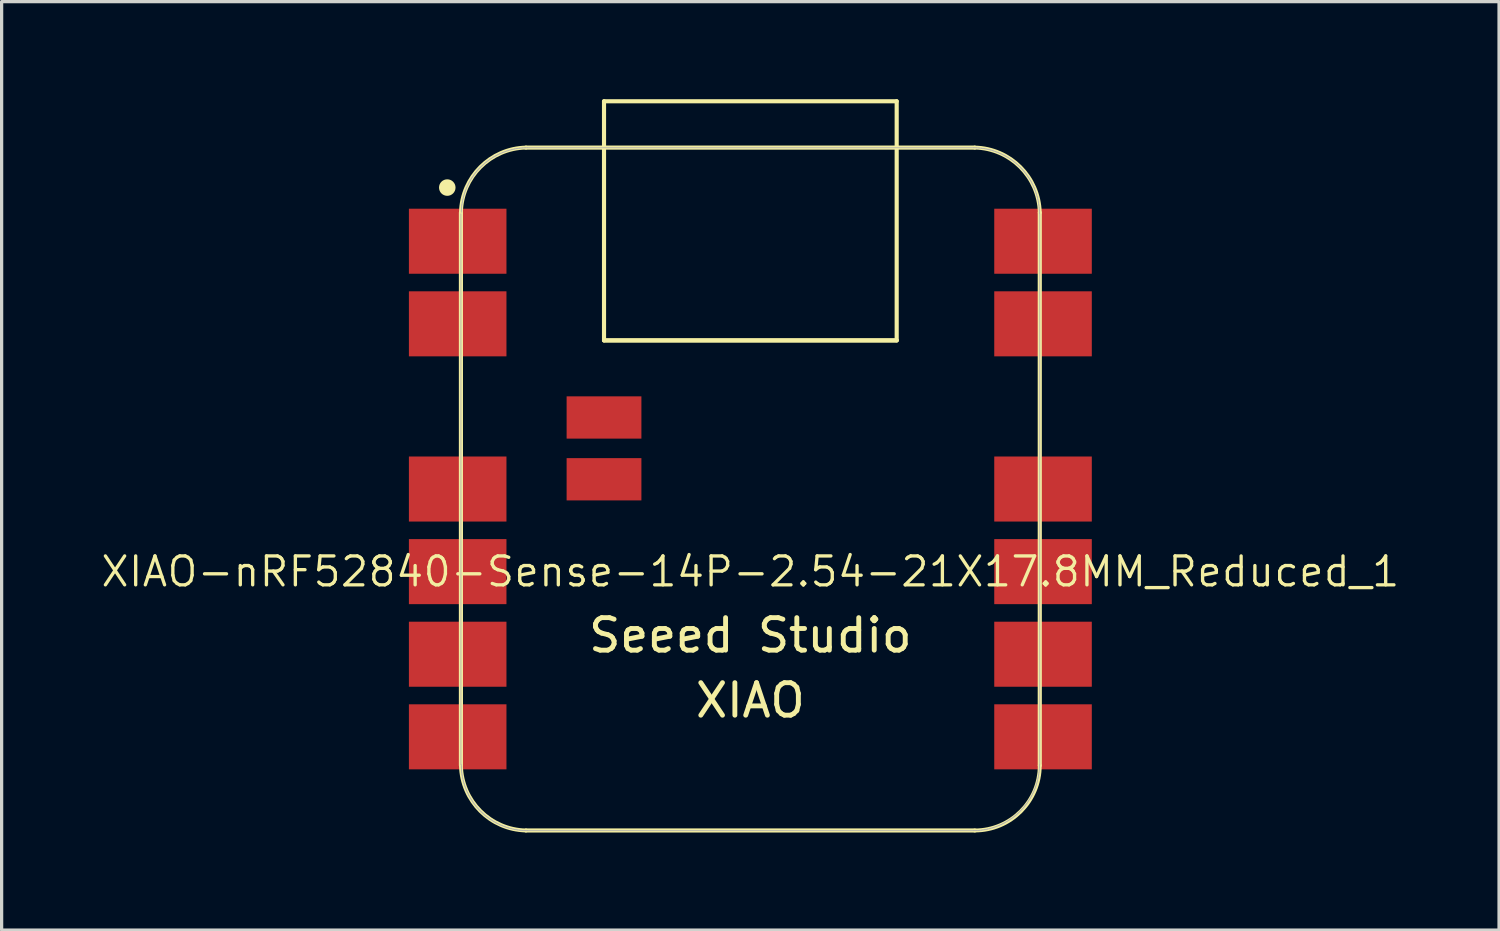
<source format=kicad_pcb>
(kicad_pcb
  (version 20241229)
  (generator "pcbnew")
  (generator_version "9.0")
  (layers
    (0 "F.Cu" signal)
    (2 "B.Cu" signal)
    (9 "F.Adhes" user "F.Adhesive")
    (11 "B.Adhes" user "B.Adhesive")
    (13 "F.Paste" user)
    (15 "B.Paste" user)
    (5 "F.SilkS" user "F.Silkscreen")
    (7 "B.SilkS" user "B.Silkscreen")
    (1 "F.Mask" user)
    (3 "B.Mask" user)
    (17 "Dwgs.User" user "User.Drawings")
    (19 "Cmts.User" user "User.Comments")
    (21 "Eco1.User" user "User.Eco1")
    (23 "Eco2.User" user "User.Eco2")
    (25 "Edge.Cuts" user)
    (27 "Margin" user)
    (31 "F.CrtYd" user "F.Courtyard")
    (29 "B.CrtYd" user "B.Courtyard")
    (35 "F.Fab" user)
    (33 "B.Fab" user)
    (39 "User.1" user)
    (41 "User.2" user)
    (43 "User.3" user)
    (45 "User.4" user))
  (footprint "XIAO-nRF52840-Sense-14P-2.54-21X17.8MM_Reduced_1"
    (layer "F.Cu")
    (at 20.024 11.988)
    (property "Reference" "XIAO-nRF52840-Sense-14P-2.54-21X17.8MM_Reduced_1" (at 0 2.54 0) (layer "F.SilkS") (effects (font (size 0.889 0.889) (thickness 0.102))))
    (attr smd)
    (fp_line (start -8.9 -8.5) (end -8.9 8.5) (stroke (width 0.127) (type solid)) (layer "F.SilkS"))
    (fp_line (start -6.9 10.5) (end 6.9 10.5) (stroke (width 0.127) (type solid)) (layer "F.SilkS"))
    (fp_line (start -4.5 -11.924) (end 4.5 -11.924) (stroke (width 0.127) (type solid)) (layer "F.SilkS"))
    (fp_line (start -4.5 -4.571) (end -4.5 -11.924) (stroke (width 0.127) (type solid)) (layer "F.SilkS"))
    (fp_line (start 4.5 -11.924) (end 4.5 -4.571) (stroke (width 0.127) (type solid)) (layer "F.SilkS"))
    (fp_line (start 4.5 -4.571) (end -4.5 -4.571) (stroke (width 0.127) (type solid)) (layer "F.SilkS"))
    (fp_line (start 4.5 -4.571) (end -4.5 -4.571) (stroke (width 0.127) (type solid)) (layer "F.SilkS"))
    (fp_line (start 6.9 -10.499) (end -6.9 -10.499) (stroke (width 0.127) (type solid)) (layer "F.SilkS"))
    (fp_line (start 8.9 8.5) (end 8.9 -8.5) (stroke (width 0.127) (type solid)) (layer "F.SilkS"))
    (fp_arc (start -8.9 -8.5) (mid -8.301491 -9.901491) (end -6.9 -10.5) (stroke (width 0.12) (type solid)) (layer "F.SilkS"))
    (fp_arc (start -6.9 10.5) (mid -8.301423 9.901423) (end -8.9 8.5) (stroke (width 0.12) (type solid)) (layer "F.SilkS"))
    (fp_arc (start 6.9 -10.5) (mid 8.301491 -9.901491) (end 8.9 -8.5) (stroke (width 0.12) (type solid)) (layer "F.SilkS"))
    (fp_arc (start 8.9 8.5) (mid 8.314214 9.914214) (end 6.9 10.5) (stroke (width 0.12) (type solid)) (layer "F.SilkS"))
    (fp_circle (center -9.32 -9.27) (end -9.32 -9.524) (stroke (width 0) (type solid)) (fill yes) (layer "F.SilkS"))
    (fp_poly (pts (xy -8.888 -8.562) (xy -8.885 -8.61) (xy -8.881 -8.659)) (stroke (width 0.025) (type solid)) (fill no) (layer "F.SilkS"))
    (fp_poly (pts (xy 8.889 8.522) (xy 8.888 8.571) (xy 8.885 8.62) (xy 8.881 8.669) (xy 8.875 8.717) (xy 8.869 8.766) (xy 8.861 8.815) (xy 8.852 8.863) (xy 8.842 8.911)) (stroke (width 0.025) (type solid)) (fill no) (layer "F.SilkS"))
    (fp_line (start -8.9 -8.463) (end -8.9 8.473) (stroke (width 0.025) (type solid)) (layer "F.Fab"))
    (fp_line (start -8.89 8.473) (end -8.889 8.522) (stroke (width 0.025) (type solid)) (layer "F.Fab"))
    (fp_line (start -8.889 8.522) (end -8.888 8.571) (stroke (width 0.025) (type solid)) (layer "F.Fab"))
    (fp_line (start -8.888 -8.562) (end -8.889 -8.512) (stroke (width 0.025) (type solid)) (layer "F.Fab"))
    (fp_line (start -8.888 8.571) (end -8.885 8.62) (stroke (width 0.025) (type solid)) (layer "F.Fab"))
    (fp_line (start -8.885 -8.61) (end -8.888 -8.562) (stroke (width 0.025) (type solid)) (layer "F.Fab"))
    (fp_line (start -8.885 8.62) (end -8.881 8.669) (stroke (width 0.025) (type solid)) (layer "F.Fab"))
    (fp_line (start -8.881 -8.659) (end -8.885 -8.61) (stroke (width 0.025) (type solid)) (layer "F.Fab"))
    (fp_line (start -8.881 8.669) (end -8.875 8.717) (stroke (width 0.025) (type solid)) (layer "F.Fab"))
    (fp_line (start -8.875 -8.708) (end -8.881 -8.659) (stroke (width 0.025) (type solid)) (layer "F.Fab"))
    (fp_line (start -8.875 8.717) (end -8.869 8.766) (stroke (width 0.025) (type solid)) (layer "F.Fab"))
    (fp_line (start -8.869 -8.757) (end -8.875 -8.708) (stroke (width 0.025) (type solid)) (layer "F.Fab"))
    (fp_line (start -8.869 8.766) (end -8.861 8.815) (stroke (width 0.025) (type solid)) (layer "F.Fab"))
    (fp_line (start -8.861 -8.806) (end -8.869 -8.757) (stroke (width 0.025) (type solid)) (layer "F.Fab"))
    (fp_line (start -8.861 8.815) (end -8.852 8.863) (stroke (width 0.025) (type solid)) (layer "F.Fab"))
    (fp_line (start -8.852 -8.854) (end -8.861 -8.806) (stroke (width 0.025) (type solid)) (layer "F.Fab"))
    (fp_line (start -8.852 8.863) (end -8.842 8.911) (stroke (width 0.025) (type solid)) (layer "F.Fab"))
    (fp_line (start -8.842 -8.902) (end -8.852 -8.854) (stroke (width 0.025) (type solid)) (layer "F.Fab"))
    (fp_line (start -8.842 8.911) (end -8.831 8.959) (stroke (width 0.025) (type solid)) (layer "F.Fab"))
    (fp_line (start -8.831 -8.95) (end -8.842 -8.902) (stroke (width 0.025) (type solid)) (layer "F.Fab"))
    (fp_line (start -8.831 8.959) (end -8.819 9.006) (stroke (width 0.025) (type solid)) (layer "F.Fab"))
    (fp_line (start -8.819 -8.997) (end -8.831 -8.95) (stroke (width 0.025) (type solid)) (layer "F.Fab"))
    (fp_line (start -8.819 9.006) (end -8.805 9.054) (stroke (width 0.025) (type solid)) (layer "F.Fab"))
    (fp_line (start -8.805 -9.045) (end -8.819 -8.997) (stroke (width 0.025) (type solid)) (layer "F.Fab"))
    (fp_line (start -8.805 9.054) (end -8.79 9.1) (stroke (width 0.025) (type solid)) (layer "F.Fab"))
    (fp_line (start -8.79 -9.091) (end -8.805 -9.045) (stroke (width 0.025) (type solid)) (layer "F.Fab"))
    (fp_line (start -8.79 9.1) (end -8.775 9.147) (stroke (width 0.025) (type solid)) (layer "F.Fab"))
    (fp_line (start -8.775 -9.138) (end -8.79 -9.091) (stroke (width 0.025) (type solid)) (layer "F.Fab"))
    (fp_line (start -8.775 9.147) (end -8.758 9.193) (stroke (width 0.025) (type solid)) (layer "F.Fab"))
    (fp_line (start -8.758 -9.184) (end -8.775 -9.138) (stroke (width 0.025) (type solid)) (layer "F.Fab"))
    (fp_line (start -8.758 9.193) (end -8.74 9.239) (stroke (width 0.025) (type solid)) (layer "F.Fab"))
    (fp_line (start -8.74 -9.23) (end -8.758 -9.184) (stroke (width 0.025) (type solid)) (layer "F.Fab"))
    (fp_line (start -8.74 9.239) (end -8.721 9.284) (stroke (width 0.025) (type solid)) (layer "F.Fab"))
    (fp_line (start -8.721 -9.275) (end -8.74 -9.23) (stroke (width 0.025) (type solid)) (layer "F.Fab"))
    (fp_line (start -8.721 9.284) (end -8.701 9.329) (stroke (width 0.025) (type solid)) (layer "F.Fab"))
    (fp_line (start -8.701 -9.32) (end -8.721 -9.275) (stroke (width 0.025) (type solid)) (layer "F.Fab"))
    (fp_line (start -8.701 9.329) (end -8.679 9.373) (stroke (width 0.025) (type solid)) (layer "F.Fab"))
    (fp_line (start -8.679 -9.364) (end -8.701 -9.32) (stroke (width 0.025) (type solid)) (layer "F.Fab"))
    (fp_line (start -8.679 9.373) (end -8.657 9.417) (stroke (width 0.025) (type solid)) (layer "F.Fab"))
    (fp_line (start -8.657 -9.408) (end -8.679 -9.364) (stroke (width 0.025) (type solid)) (layer "F.Fab"))
    (fp_line (start -8.657 9.417) (end -8.634 9.46) (stroke (width 0.025) (type solid)) (layer "F.Fab"))
    (fp_line (start -8.634 -9.451) (end -8.657 -9.408) (stroke (width 0.025) (type solid)) (layer "F.Fab"))
    (fp_line (start -8.634 9.46) (end -8.61 9.503) (stroke (width 0.025) (type solid)) (layer "F.Fab"))
    (fp_line (start -8.61 -9.494) (end -8.634 -9.451) (stroke (width 0.025) (type solid)) (layer "F.Fab"))
    (fp_line (start -8.61 9.503) (end -8.584 9.545) (stroke (width 0.025) (type solid)) (layer "F.Fab"))
    (fp_line (start -8.584 -9.536) (end -8.61 -9.494) (stroke (width 0.025) (type solid)) (layer "F.Fab"))
    (fp_line (start -8.584 9.545) (end -8.558 9.586) (stroke (width 0.025) (type solid)) (layer "F.Fab"))
    (fp_line (start -8.558 -9.577) (end -8.584 -9.536) (stroke (width 0.025) (type solid)) (layer "F.Fab"))
    (fp_line (start -8.558 9.586) (end -8.53 9.627) (stroke (width 0.025) (type solid)) (layer "F.Fab"))
    (fp_line (start -8.53 -9.618) (end -8.558 -9.577) (stroke (width 0.025) (type solid)) (layer "F.Fab"))
    (fp_line (start -8.53 9.627) (end -8.502 9.667) (stroke (width 0.025) (type solid)) (layer "F.Fab"))
    (fp_line (start -8.502 -9.658) (end -8.53 -9.618) (stroke (width 0.025) (type solid)) (layer "F.Fab"))
    (fp_line (start -8.502 9.667) (end -8.473 9.706) (stroke (width 0.025) (type solid)) (layer "F.Fab"))
    (fp_line (start -8.473 -9.697) (end -8.502 -9.658) (stroke (width 0.025) (type solid)) (layer "F.Fab"))
    (fp_line (start -8.473 9.706) (end -8.442 9.745) (stroke (width 0.025) (type solid)) (layer "F.Fab"))
    (fp_line (start -8.442 -9.736) (end -8.473 -9.697) (stroke (width 0.025) (type solid)) (layer "F.Fab"))
    (fp_line (start -8.442 9.745) (end -8.411 9.783) (stroke (width 0.025) (type solid)) (layer "F.Fab"))
    (fp_line (start -8.411 -9.774) (end -8.442 -9.736) (stroke (width 0.025) (type solid)) (layer "F.Fab"))
    (fp_line (start -8.411 9.783) (end -8.379 9.82) (stroke (width 0.025) (type solid)) (layer "F.Fab"))
    (fp_line (start -8.379 -9.811) (end -8.411 -9.774) (stroke (width 0.025) (type solid)) (layer "F.Fab"))
    (fp_line (start -8.379 9.82) (end -8.346 9.856) (stroke (width 0.025) (type solid)) (layer "F.Fab"))
    (fp_line (start -8.346 -9.847) (end -8.379 -9.811) (stroke (width 0.025) (type solid)) (layer "F.Fab"))
    (fp_line (start -8.346 9.856) (end -8.312 9.892) (stroke (width 0.025) (type solid)) (layer "F.Fab"))
    (fp_line (start -8.312 -9.883) (end -8.346 -9.847) (stroke (width 0.025) (type solid)) (layer "F.Fab"))
    (fp_line (start -8.312 9.892) (end -8.277 9.927) (stroke (width 0.025) (type solid)) (layer "F.Fab"))
    (fp_line (start -8.277 -9.918) (end -8.312 -9.883) (stroke (width 0.025) (type solid)) (layer "F.Fab"))
    (fp_line (start -8.277 9.927) (end -8.242 9.96) (stroke (width 0.025) (type solid)) (layer "F.Fab"))
    (fp_line (start -8.242 -9.951) (end -8.277 -9.918) (stroke (width 0.025) (type solid)) (layer "F.Fab"))
    (fp_line (start -8.242 9.96) (end -8.205 9.994) (stroke (width 0.025) (type solid)) (layer "F.Fab"))
    (fp_line (start -8.205 -9.984) (end -8.242 -9.951) (stroke (width 0.025) (type solid)) (layer "F.Fab"))
    (fp_line (start -8.205 9.994) (end -8.168 10.026) (stroke (width 0.025) (type solid)) (layer "F.Fab"))
    (fp_line (start -8.168 -10.017) (end -8.205 -9.984) (stroke (width 0.025) (type solid)) (layer "F.Fab"))
    (fp_line (start -8.168 10.026) (end -8.13 10.057) (stroke (width 0.025) (type solid)) (layer "F.Fab"))
    (fp_line (start -8.13 -10.048) (end -8.168 -10.017) (stroke (width 0.025) (type solid)) (layer "F.Fab"))
    (fp_line (start -8.13 10.057) (end -8.092 10.087) (stroke (width 0.025) (type solid)) (layer "F.Fab"))
    (fp_line (start -8.092 -10.078) (end -8.13 -10.048) (stroke (width 0.025) (type solid)) (layer "F.Fab"))
    (fp_line (start -8.092 10.087) (end -8.052 10.116) (stroke (width 0.025) (type solid)) (layer "F.Fab"))
    (fp_line (start -8.052 -10.107) (end -8.092 -10.078) (stroke (width 0.025) (type solid)) (layer "F.Fab"))
    (fp_line (start -8.052 10.116) (end -8.012 10.145) (stroke (width 0.025) (type solid)) (layer "F.Fab"))
    (fp_line (start -8.012 -10.136) (end -8.052 -10.107) (stroke (width 0.025) (type solid)) (layer "F.Fab"))
    (fp_line (start -8.012 10.145) (end -7.972 10.172) (stroke (width 0.025) (type solid)) (layer "F.Fab"))
    (fp_line (start -7.972 -10.163) (end -8.012 -10.136) (stroke (width 0.025) (type solid)) (layer "F.Fab"))
    (fp_line (start -7.972 10.172) (end -7.93 10.199) (stroke (width 0.025) (type solid)) (layer "F.Fab"))
    (fp_line (start -7.93 -10.19) (end -7.972 -10.163) (stroke (width 0.025) (type solid)) (layer "F.Fab"))
    (fp_line (start -7.93 10.199) (end -7.888 10.224) (stroke (width 0.025) (type solid)) (layer "F.Fab"))
    (fp_line (start -7.888 -10.215) (end -7.93 -10.19) (stroke (width 0.025) (type solid)) (layer "F.Fab"))
    (fp_line (start -7.888 10.224) (end -7.846 10.249) (stroke (width 0.025) (type solid)) (layer "F.Fab"))
    (fp_line (start -7.846 -10.239) (end -7.888 -10.215) (stroke (width 0.025) (type solid)) (layer "F.Fab"))
    (fp_line (start -7.846 10.249) (end -7.802 10.272) (stroke (width 0.025) (type solid)) (layer "F.Fab"))
    (fp_line (start -7.802 -10.263) (end -7.846 -10.239) (stroke (width 0.025) (type solid)) (layer "F.Fab"))
    (fp_line (start -7.802 10.272) (end -7.759 10.294) (stroke (width 0.025) (type solid)) (layer "F.Fab"))
    (fp_line (start -7.759 -10.285) (end -7.802 -10.263) (stroke (width 0.025) (type solid)) (layer "F.Fab"))
    (fp_line (start -7.759 10.294) (end -7.714 10.315) (stroke (width 0.025) (type solid)) (layer "F.Fab"))
    (fp_line (start -7.714 -10.306) (end -7.759 -10.285) (stroke (width 0.025) (type solid)) (layer "F.Fab"))
    (fp_line (start -7.714 10.315) (end -7.67 10.335) (stroke (width 0.025) (type solid)) (layer "F.Fab"))
    (fp_line (start -7.67 -10.326) (end -7.714 -10.306) (stroke (width 0.025) (type solid)) (layer "F.Fab"))
    (fp_line (start -7.67 10.335) (end -7.624 10.354) (stroke (width 0.025) (type solid)) (layer "F.Fab"))
    (fp_line (start -7.624 -10.345) (end -7.67 -10.326) (stroke (width 0.025) (type solid)) (layer "F.Fab"))
    (fp_line (start -7.624 10.354) (end -7.579 10.372) (stroke (width 0.025) (type solid)) (layer "F.Fab"))
    (fp_line (start -7.579 -10.363) (end -7.624 -10.345) (stroke (width 0.025) (type solid)) (layer "F.Fab"))
    (fp_line (start -7.579 10.372) (end -7.532 10.389) (stroke (width 0.025) (type solid)) (layer "F.Fab"))
    (fp_line (start -7.532 -10.38) (end -7.579 -10.363) (stroke (width 0.025) (type solid)) (layer "F.Fab"))
    (fp_line (start -7.532 10.389) (end -7.486 10.405) (stroke (width 0.025) (type solid)) (layer "F.Fab"))
    (fp_line (start -7.486 -10.396) (end -7.532 -10.38) (stroke (width 0.025) (type solid)) (layer "F.Fab"))
    (fp_line (start -7.486 10.405) (end -7.439 10.42) (stroke (width 0.025) (type solid)) (layer "F.Fab"))
    (fp_line (start -7.439 -10.411) (end -7.486 -10.396) (stroke (width 0.025) (type solid)) (layer "F.Fab"))
    (fp_line (start -7.439 10.42) (end -7.392 10.433) (stroke (width 0.025) (type solid)) (layer "F.Fab"))
    (fp_line (start -7.392 -10.424) (end -7.439 -10.411) (stroke (width 0.025) (type solid)) (layer "F.Fab"))
    (fp_line (start -7.392 10.433) (end -7.344 10.446) (stroke (width 0.025) (type solid)) (layer "F.Fab"))
    (fp_line (start -7.344 -10.436) (end -7.392 -10.424) (stroke (width 0.025) (type solid)) (layer "F.Fab"))
    (fp_line (start -7.344 10.446) (end -7.296 10.457) (stroke (width 0.025) (type solid)) (layer "F.Fab"))
    (fp_line (start -7.296 -10.448) (end -7.344 -10.436) (stroke (width 0.025) (type solid)) (layer "F.Fab"))
    (fp_line (start -7.296 10.457) (end -7.248 10.467) (stroke (width 0.025) (type solid)) (layer "F.Fab"))
    (fp_line (start -7.248 -10.458) (end -7.296 -10.448) (stroke (width 0.025) (type solid)) (layer "F.Fab"))
    (fp_line (start -7.248 10.467) (end -7.2 10.476) (stroke (width 0.025) (type solid)) (layer "F.Fab"))
    (fp_line (start -7.2 -10.466) (end -7.248 -10.458) (stroke (width 0.025) (type solid)) (layer "F.Fab"))
    (fp_line (start -7.2 10.476) (end -7.152 10.483) (stroke (width 0.025) (type solid)) (layer "F.Fab"))
    (fp_line (start -7.152 -10.474) (end -7.2 -10.466) (stroke (width 0.025) (type solid)) (layer "F.Fab"))
    (fp_line (start -7.152 10.483) (end -7.103 10.49) (stroke (width 0.025) (type solid)) (layer "F.Fab"))
    (fp_line (start -7.103 -10.481) (end -7.152 -10.474) (stroke (width 0.025) (type solid)) (layer "F.Fab"))
    (fp_line (start -7.103 10.49) (end -7.054 10.495) (stroke (width 0.025) (type solid)) (layer "F.Fab"))
    (fp_line (start -7.054 -10.486) (end -7.103 -10.481) (stroke (width 0.025) (type solid)) (layer "F.Fab"))
    (fp_line (start -7.054 10.495) (end -7.005 10.499) (stroke (width 0.025) (type solid)) (layer "F.Fab"))
    (fp_line (start -7.005 -10.49) (end -7.054 -10.486) (stroke (width 0.025) (type solid)) (layer "F.Fab"))
    (fp_line (start -7.005 10.499) (end -6.956 10.502) (stroke (width 0.025) (type solid)) (layer "F.Fab"))
    (fp_line (start -6.956 -10.493) (end -7.005 -10.49) (stroke (width 0.025) (type solid)) (layer "F.Fab"))
    (fp_line (start -6.956 10.502) (end -6.907 10.504) (stroke (width 0.025) (type solid)) (layer "F.Fab"))
    (fp_line (start -6.907 -10.495) (end -6.956 -10.493) (stroke (width 0.025) (type solid)) (layer "F.Fab"))
    (fp_line (start -6.907 10.504) (end -6.858 10.505) (stroke (width 0.025) (type solid)) (layer "F.Fab"))
    (fp_line (start -6.858 -10.495) (end -6.907 -10.495) (stroke (width 0.025) (type solid)) (layer "F.Fab"))
    (fp_line (start -6.858 10.505) (end 6.858 10.505) (stroke (width 0.025) (type solid)) (layer "F.Fab"))
    (fp_line (start 6.858 -10.495) (end -6.858 -10.495) (stroke (width 0.025) (type solid)) (layer "F.Fab"))
    (fp_line (start 6.858 10.505) (end 6.907 10.504) (stroke (width 0.025) (type solid)) (layer "F.Fab"))
    (fp_line (start 6.907 -10.495) (end 6.858 -10.495) (stroke (width 0.025) (type solid)) (layer "F.Fab"))
    (fp_line (start 6.907 10.504) (end 6.956 10.502) (stroke (width 0.025) (type solid)) (layer "F.Fab"))
    (fp_line (start 6.956 -10.493) (end 6.907 -10.495) (stroke (width 0.025) (type solid)) (layer "F.Fab"))
    (fp_line (start 6.956 10.502) (end 7.005 10.499) (stroke (width 0.025) (type solid)) (layer "F.Fab"))
    (fp_line (start 7.005 -10.49) (end 6.956 -10.493) (stroke (width 0.025) (type solid)) (layer "F.Fab"))
    (fp_line (start 7.005 10.499) (end 7.054 10.495) (stroke (width 0.025) (type solid)) (layer "F.Fab"))
    (fp_line (start 7.054 -10.486) (end 7.005 -10.49) (stroke (width 0.025) (type solid)) (layer "F.Fab"))
    (fp_line (start 7.054 10.495) (end 7.103 10.49) (stroke (width 0.025) (type solid)) (layer "F.Fab"))
    (fp_line (start 7.103 -10.481) (end 7.054 -10.486) (stroke (width 0.025) (type solid)) (layer "F.Fab"))
    (fp_line (start 7.103 10.49) (end 7.152 10.483) (stroke (width 0.025) (type solid)) (layer "F.Fab"))
    (fp_line (start 7.152 -10.474) (end 7.103 -10.481) (stroke (width 0.025) (type solid)) (layer "F.Fab"))
    (fp_line (start 7.152 10.483) (end 7.2 10.476) (stroke (width 0.025) (type solid)) (layer "F.Fab"))
    (fp_line (start 7.2 -10.466) (end 7.152 -10.474) (stroke (width 0.025) (type solid)) (layer "F.Fab"))
    (fp_line (start 7.2 10.476) (end 7.248 10.467) (stroke (width 0.025) (type solid)) (layer "F.Fab"))
    (fp_line (start 7.248 -10.458) (end 7.2 -10.466) (stroke (width 0.025) (type solid)) (layer "F.Fab"))
    (fp_line (start 7.248 10.467) (end 7.296 10.457) (stroke (width 0.025) (type solid)) (layer "F.Fab"))
    (fp_line (start 7.296 -10.448) (end 7.248 -10.458) (stroke (width 0.025) (type solid)) (layer "F.Fab"))
    (fp_line (start 7.296 10.457) (end 7.344 10.446) (stroke (width 0.025) (type solid)) (layer "F.Fab"))
    (fp_line (start 7.344 -10.436) (end 7.296 -10.448) (stroke (width 0.025) (type solid)) (layer "F.Fab"))
    (fp_line (start 7.344 10.446) (end 7.392 10.433) (stroke (width 0.025) (type solid)) (layer "F.Fab"))
    (fp_line (start 7.392 -10.424) (end 7.344 -10.436) (stroke (width 0.025) (type solid)) (layer "F.Fab"))
    (fp_line (start 7.392 10.433) (end 7.439 10.42) (stroke (width 0.025) (type solid)) (layer "F.Fab"))
    (fp_line (start 7.439 -10.411) (end 7.392 -10.424) (stroke (width 0.025) (type solid)) (layer "F.Fab"))
    (fp_line (start 7.439 10.42) (end 7.486 10.405) (stroke (width 0.025) (type solid)) (layer "F.Fab"))
    (fp_line (start 7.486 -10.396) (end 7.439 -10.411) (stroke (width 0.025) (type solid)) (layer "F.Fab"))
    (fp_line (start 7.486 10.405) (end 7.532 10.389) (stroke (width 0.025) (type solid)) (layer "F.Fab"))
    (fp_line (start 7.532 -10.38) (end 7.486 -10.396) (stroke (width 0.025) (type solid)) (layer "F.Fab"))
    (fp_line (start 7.532 10.389) (end 7.579 10.372) (stroke (width 0.025) (type solid)) (layer "F.Fab"))
    (fp_line (start 7.579 -10.363) (end 7.532 -10.38) (stroke (width 0.025) (type solid)) (layer "F.Fab"))
    (fp_line (start 7.579 10.372) (end 7.624 10.354) (stroke (width 0.025) (type solid)) (layer "F.Fab"))
    (fp_line (start 7.624 -10.345) (end 7.579 -10.363) (stroke (width 0.025) (type solid)) (layer "F.Fab"))
    (fp_line (start 7.624 10.354) (end 7.67 10.335) (stroke (width 0.025) (type solid)) (layer "F.Fab"))
    (fp_line (start 7.67 -10.326) (end 7.624 -10.345) (stroke (width 0.025) (type solid)) (layer "F.Fab"))
    (fp_line (start 7.67 10.335) (end 7.714 10.315) (stroke (width 0.025) (type solid)) (layer "F.Fab"))
    (fp_line (start 7.714 -10.306) (end 7.67 -10.326) (stroke (width 0.025) (type solid)) (layer "F.Fab"))
    (fp_line (start 7.714 10.315) (end 7.759 10.294) (stroke (width 0.025) (type solid)) (layer "F.Fab"))
    (fp_line (start 7.759 -10.285) (end 7.714 -10.306) (stroke (width 0.025) (type solid)) (layer "F.Fab"))
    (fp_line (start 7.759 10.294) (end 7.802 10.272) (stroke (width 0.025) (type solid)) (layer "F.Fab"))
    (fp_line (start 7.802 -10.263) (end 7.759 -10.285) (stroke (width 0.025) (type solid)) (layer "F.Fab"))
    (fp_line (start 7.802 10.272) (end 7.846 10.249) (stroke (width 0.025) (type solid)) (layer "F.Fab"))
    (fp_line (start 7.846 -10.239) (end 7.802 -10.263) (stroke (width 0.025) (type solid)) (layer "F.Fab"))
    (fp_line (start 7.846 10.249) (end 7.888 10.224) (stroke (width 0.025) (type solid)) (layer "F.Fab"))
    (fp_line (start 7.888 -10.215) (end 7.846 -10.239) (stroke (width 0.025) (type solid)) (layer "F.Fab"))
    (fp_line (start 7.888 10.224) (end 7.93 10.199) (stroke (width 0.025) (type solid)) (layer "F.Fab"))
    (fp_line (start 7.93 -10.19) (end 7.888 -10.215) (stroke (width 0.025) (type solid)) (layer "F.Fab"))
    (fp_line (start 7.93 10.199) (end 7.972 10.172) (stroke (width 0.025) (type solid)) (layer "F.Fab"))
    (fp_line (start 7.972 -10.163) (end 7.93 -10.19) (stroke (width 0.025) (type solid)) (layer "F.Fab"))
    (fp_line (start 7.972 10.172) (end 8.012 10.145) (stroke (width 0.025) (type solid)) (layer "F.Fab"))
    (fp_line (start 8.012 -10.136) (end 7.972 -10.163) (stroke (width 0.025) (type solid)) (layer "F.Fab"))
    (fp_line (start 8.012 10.145) (end 8.052 10.116) (stroke (width 0.025) (type solid)) (layer "F.Fab"))
    (fp_line (start 8.052 -10.107) (end 8.012 -10.136) (stroke (width 0.025) (type solid)) (layer "F.Fab"))
    (fp_line (start 8.052 10.116) (end 8.092 10.087) (stroke (width 0.025) (type solid)) (layer "F.Fab"))
    (fp_line (start 8.092 -10.078) (end 8.052 -10.107) (stroke (width 0.025) (type solid)) (layer "F.Fab"))
    (fp_line (start 8.092 10.087) (end 8.13 10.057) (stroke (width 0.025) (type solid)) (layer "F.Fab"))
    (fp_line (start 8.13 -10.048) (end 8.092 -10.078) (stroke (width 0.025) (type solid)) (layer "F.Fab"))
    (fp_line (start 8.13 10.057) (end 8.168 10.026) (stroke (width 0.025) (type solid)) (layer "F.Fab"))
    (fp_line (start 8.168 -10.017) (end 8.13 -10.048) (stroke (width 0.025) (type solid)) (layer "F.Fab"))
    (fp_line (start 8.168 10.026) (end 8.205 9.994) (stroke (width 0.025) (type solid)) (layer "F.Fab"))
    (fp_line (start 8.205 -9.984) (end 8.168 -10.017) (stroke (width 0.025) (type solid)) (layer "F.Fab"))
    (fp_line (start 8.205 9.994) (end 8.242 9.96) (stroke (width 0.025) (type solid)) (layer "F.Fab"))
    (fp_line (start 8.242 -9.951) (end 8.205 -9.984) (stroke (width 0.025) (type solid)) (layer "F.Fab"))
    (fp_line (start 8.242 9.96) (end 8.277 9.927) (stroke (width 0.025) (type solid)) (layer "F.Fab"))
    (fp_line (start 8.277 -9.918) (end 8.242 -9.951) (stroke (width 0.025) (type solid)) (layer "F.Fab"))
    (fp_line (start 8.277 9.927) (end 8.312 9.892) (stroke (width 0.025) (type solid)) (layer "F.Fab"))
    (fp_line (start 8.312 -9.883) (end 8.277 -9.918) (stroke (width 0.025) (type solid)) (layer "F.Fab"))
    (fp_line (start 8.312 9.892) (end 8.346 9.856) (stroke (width 0.025) (type solid)) (layer "F.Fab"))
    (fp_line (start 8.346 -9.847) (end 8.312 -9.883) (stroke (width 0.025) (type solid)) (layer "F.Fab"))
    (fp_line (start 8.346 9.856) (end 8.379 9.82) (stroke (width 0.025) (type solid)) (layer "F.Fab"))
    (fp_line (start 8.379 -9.811) (end 8.346 -9.847) (stroke (width 0.025) (type solid)) (layer "F.Fab"))
    (fp_line (start 8.379 9.82) (end 8.411 9.783) (stroke (width 0.025) (type solid)) (layer "F.Fab"))
    (fp_line (start 8.411 -9.774) (end 8.379 -9.811) (stroke (width 0.025) (type solid)) (layer "F.Fab"))
    (fp_line (start 8.411 9.783) (end 8.442 9.745) (stroke (width 0.025) (type solid)) (layer "F.Fab"))
    (fp_line (start 8.442 -9.736) (end 8.411 -9.774) (stroke (width 0.025) (type solid)) (layer "F.Fab"))
    (fp_line (start 8.442 9.745) (end 8.473 9.706) (stroke (width 0.025) (type solid)) (layer "F.Fab"))
    (fp_line (start 8.473 -9.697) (end 8.442 -9.736) (stroke (width 0.025) (type solid)) (layer "F.Fab"))
    (fp_line (start 8.473 9.706) (end 8.502 9.667) (stroke (width 0.025) (type solid)) (layer "F.Fab"))
    (fp_line (start 8.502 -9.658) (end 8.473 -9.697) (stroke (width 0.025) (type solid)) (layer "F.Fab"))
    (fp_line (start 8.502 9.667) (end 8.53 9.627) (stroke (width 0.025) (type solid)) (layer "F.Fab"))
    (fp_line (start 8.53 -9.618) (end 8.502 -9.658) (stroke (width 0.025) (type solid)) (layer "F.Fab"))
    (fp_line (start 8.53 9.627) (end 8.558 9.586) (stroke (width 0.025) (type solid)) (layer "F.Fab"))
    (fp_line (start 8.558 -9.577) (end 8.53 -9.618) (stroke (width 0.025) (type solid)) (layer "F.Fab"))
    (fp_line (start 8.558 9.586) (end 8.584 9.545) (stroke (width 0.025) (type solid)) (layer "F.Fab"))
    (fp_line (start 8.584 -9.536) (end 8.558 -9.577) (stroke (width 0.025) (type solid)) (layer "F.Fab"))
    (fp_line (start 8.584 9.545) (end 8.61 9.503) (stroke (width 0.025) (type solid)) (layer "F.Fab"))
    (fp_line (start 8.61 -9.494) (end 8.584 -9.536) (stroke (width 0.025) (type solid)) (layer "F.Fab"))
    (fp_line (start 8.61 9.503) (end 8.634 9.46) (stroke (width 0.025) (type solid)) (layer "F.Fab"))
    (fp_line (start 8.634 -9.451) (end 8.61 -9.494) (stroke (width 0.025) (type solid)) (layer "F.Fab"))
    (fp_line (start 8.634 9.46) (end 8.657 9.417) (stroke (width 0.025) (type solid)) (layer "F.Fab"))
    (fp_line (start 8.657 -9.408) (end 8.634 -9.451) (stroke (width 0.025) (type solid)) (layer "F.Fab"))
    (fp_line (start 8.657 9.417) (end 8.679 9.373) (stroke (width 0.025) (type solid)) (layer "F.Fab"))
    (fp_line (start 8.679 -9.364) (end 8.657 -9.408) (stroke (width 0.025) (type solid)) (layer "F.Fab"))
    (fp_line (start 8.679 9.373) (end 8.701 9.329) (stroke (width 0.025) (type solid)) (layer "F.Fab"))
    (fp_line (start 8.701 -9.32) (end 8.679 -9.364) (stroke (width 0.025) (type solid)) (layer "F.Fab"))
    (fp_line (start 8.701 9.329) (end 8.721 9.284) (stroke (width 0.025) (type solid)) (layer "F.Fab"))
    (fp_line (start 8.721 -9.275) (end 8.701 -9.32) (stroke (width 0.025) (type solid)) (layer "F.Fab"))
    (fp_line (start 8.721 9.284) (end 8.74 9.239) (stroke (width 0.025) (type solid)) (layer "F.Fab"))
    (fp_line (start 8.74 -9.23) (end 8.721 -9.275) (stroke (width 0.025) (type solid)) (layer "F.Fab"))
    (fp_line (start 8.74 9.239) (end 8.758 9.193) (stroke (width 0.025) (type solid)) (layer "F.Fab"))
    (fp_line (start 8.758 -9.184) (end 8.74 -9.23) (stroke (width 0.025) (type solid)) (layer "F.Fab"))
    (fp_line (start 8.758 9.193) (end 8.775 9.147) (stroke (width 0.025) (type solid)) (layer "F.Fab"))
    (fp_line (start 8.775 -9.138) (end 8.758 -9.184) (stroke (width 0.025) (type solid)) (layer "F.Fab"))
    (fp_line (start 8.775 9.147) (end 8.79 9.1) (stroke (width 0.025) (type solid)) (layer "F.Fab"))
    (fp_line (start 8.79 -9.091) (end 8.775 -9.138) (stroke (width 0.025) (type solid)) (layer "F.Fab"))
    (fp_line (start 8.79 9.1) (end 8.805 9.054) (stroke (width 0.025) (type solid)) (layer "F.Fab"))
    (fp_line (start 8.805 -9.045) (end 8.79 -9.091) (stroke (width 0.025) (type solid)) (layer "F.Fab"))
    (fp_line (start 8.805 9.054) (end 8.819 9.006) (stroke (width 0.025) (type solid)) (layer "F.Fab"))
    (fp_line (start 8.819 -8.997) (end 8.805 -9.045) (stroke (width 0.025) (type solid)) (layer "F.Fab"))
    (fp_line (start 8.819 9.006) (end 8.831 8.959) (stroke (width 0.025) (type solid)) (layer "F.Fab"))
    (fp_line (start 8.831 -8.95) (end 8.819 -8.997) (stroke (width 0.025) (type solid)) (layer "F.Fab"))
    (fp_line (start 8.831 8.959) (end 8.842 8.911) (stroke (width 0.025) (type solid)) (layer "F.Fab"))
    (fp_line (start 8.842 -8.902) (end 8.831 -8.95) (stroke (width 0.025) (type solid)) (layer "F.Fab"))
    (fp_line (start 8.842 8.911) (end 8.852 8.863) (stroke (width 0.025) (type solid)) (layer "F.Fab"))
    (fp_line (start 8.852 -8.854) (end 8.842 -8.902) (stroke (width 0.025) (type solid)) (layer "F.Fab"))
    (fp_line (start 8.852 8.863) (end 8.861 8.815) (stroke (width 0.025) (type solid)) (layer "F.Fab"))
    (fp_line (start 8.861 -8.806) (end 8.852 -8.854) (stroke (width 0.025) (type solid)) (layer "F.Fab"))
    (fp_line (start 8.861 8.815) (end 8.869 8.766) (stroke (width 0.025) (type solid)) (layer "F.Fab"))
    (fp_line (start 8.869 -8.757) (end 8.861 -8.806) (stroke (width 0.025) (type solid)) (layer "F.Fab"))
    (fp_line (start 8.869 8.766) (end 8.875 8.717) (stroke (width 0.025) (type solid)) (layer "F.Fab"))
    (fp_line (start 8.875 -8.708) (end 8.869 -8.757) (stroke (width 0.025) (type solid)) (layer "F.Fab"))
    (fp_line (start 8.875 8.717) (end 8.881 8.669) (stroke (width 0.025) (type solid)) (layer "F.Fab"))
    (fp_line (start 8.881 -8.659) (end 8.875 -8.708) (stroke (width 0.025) (type solid)) (layer "F.Fab"))
    (fp_line (start 8.881 8.669) (end 8.885 8.62) (stroke (width 0.025) (type solid)) (layer "F.Fab"))
    (fp_line (start 8.885 -8.61) (end 8.881 -8.659) (stroke (width 0.025) (type solid)) (layer "F.Fab"))
    (fp_line (start 8.885 8.62) (end 8.888 8.571) (stroke (width 0.025) (type solid)) (layer "F.Fab"))
    (fp_line (start 8.888 -8.562) (end 8.885 -8.61) (stroke (width 0.025) (type solid)) (layer "F.Fab"))
    (fp_line (start 8.888 8.571) (end 8.889 8.522) (stroke (width 0.025) (type solid)) (layer "F.Fab"))
    (fp_line (start 8.889 -8.512) (end 8.888 -8.562) (stroke (width 0.025) (type solid)) (layer "F.Fab"))
    (fp_line (start 8.889 8.522) (end 8.89 8.473) (stroke (width 0.025) (type solid)) (layer "F.Fab"))
    (fp_line (start 8.89 -8.463) (end 8.889 -8.512) (stroke (width 0.025) (type solid)) (layer "F.Fab"))
    (fp_line (start 8.9 8.473) (end 8.9 -8.463) (stroke (width 0.025) (type solid)) (layer "F.Fab"))
    (fp_text user "Seeed Studio" (at 0 4.5 0) (unlocked yes) (layer "F.SilkS") (effects (font (size 1 1) (thickness 0.15))))
    (fp_text user "XIAO" (at 0 6.5 0) (unlocked yes) (layer "F.SilkS") (effects (font (size 1 1) (thickness 0.15))))
    (pad "1" smd rect (at -9 -7.62) (size 3 2) (layers "F.Cu" "F.Mask" "F.Paste"))
    (pad "2" smd rect (at -9 -5.08) (size 3 2) (layers "F.Cu" "F.Mask" "F.Paste"))
    (pad "4" smd rect (at -9 0) (size 3 2) (layers "F.Cu" "F.Mask" "F.Paste"))
    (pad "5" smd rect (at -9 2.54) (size 3 2) (layers "F.Cu" "F.Mask" "F.Paste"))
    (pad "6" smd rect (at -9 5.08 180) (size 3 2) (layers "F.Cu" "F.Mask" "F.Paste"))
    (pad "7" smd rect (at -9 7.62) (size 3 2) (layers "F.Cu" "F.Mask" "F.Paste"))
    (pad "8" smd rect (at 9 7.62) (size 3 2) (layers "F.Cu" "F.Mask" "F.Paste"))
    (pad "9" smd rect (at 9 5.08) (size 3 2) (layers "F.Cu" "F.Mask" "F.Paste"))
    (pad "10" smd rect (at 9 2.54) (size 3 2) (layers "F.Cu" "F.Mask" "F.Paste"))
    (pad "11" smd rect (at 9 0) (size 3 2) (layers "F.Cu" "F.Mask" "F.Paste"))
    (pad "13" smd rect (at 9 -5.08) (size 3 2) (layers "F.Cu" "F.Mask" "F.Paste"))
    (pad "14" smd rect (at 9 -7.62) (size 3 2) (layers "F.Cu" "F.Mask" "F.Paste"))
    (pad "21" smd rect (at -4.5 -2.2 180) (size 2.3 1.3) (layers "F.Cu" "F.Mask" "F.Paste"))
    (pad "22" smd rect (at -4.5 -0.3 180) (size 2.3 1.3) (layers "F.Cu" "F.Mask" "F.Paste")))
  (gr_rect
    (start -3 -3)
    (end 43.047 25.551)
    (stroke (width 0.1) (type default))
    (fill no)
    (layer "Edge.Cuts")))
</source>
